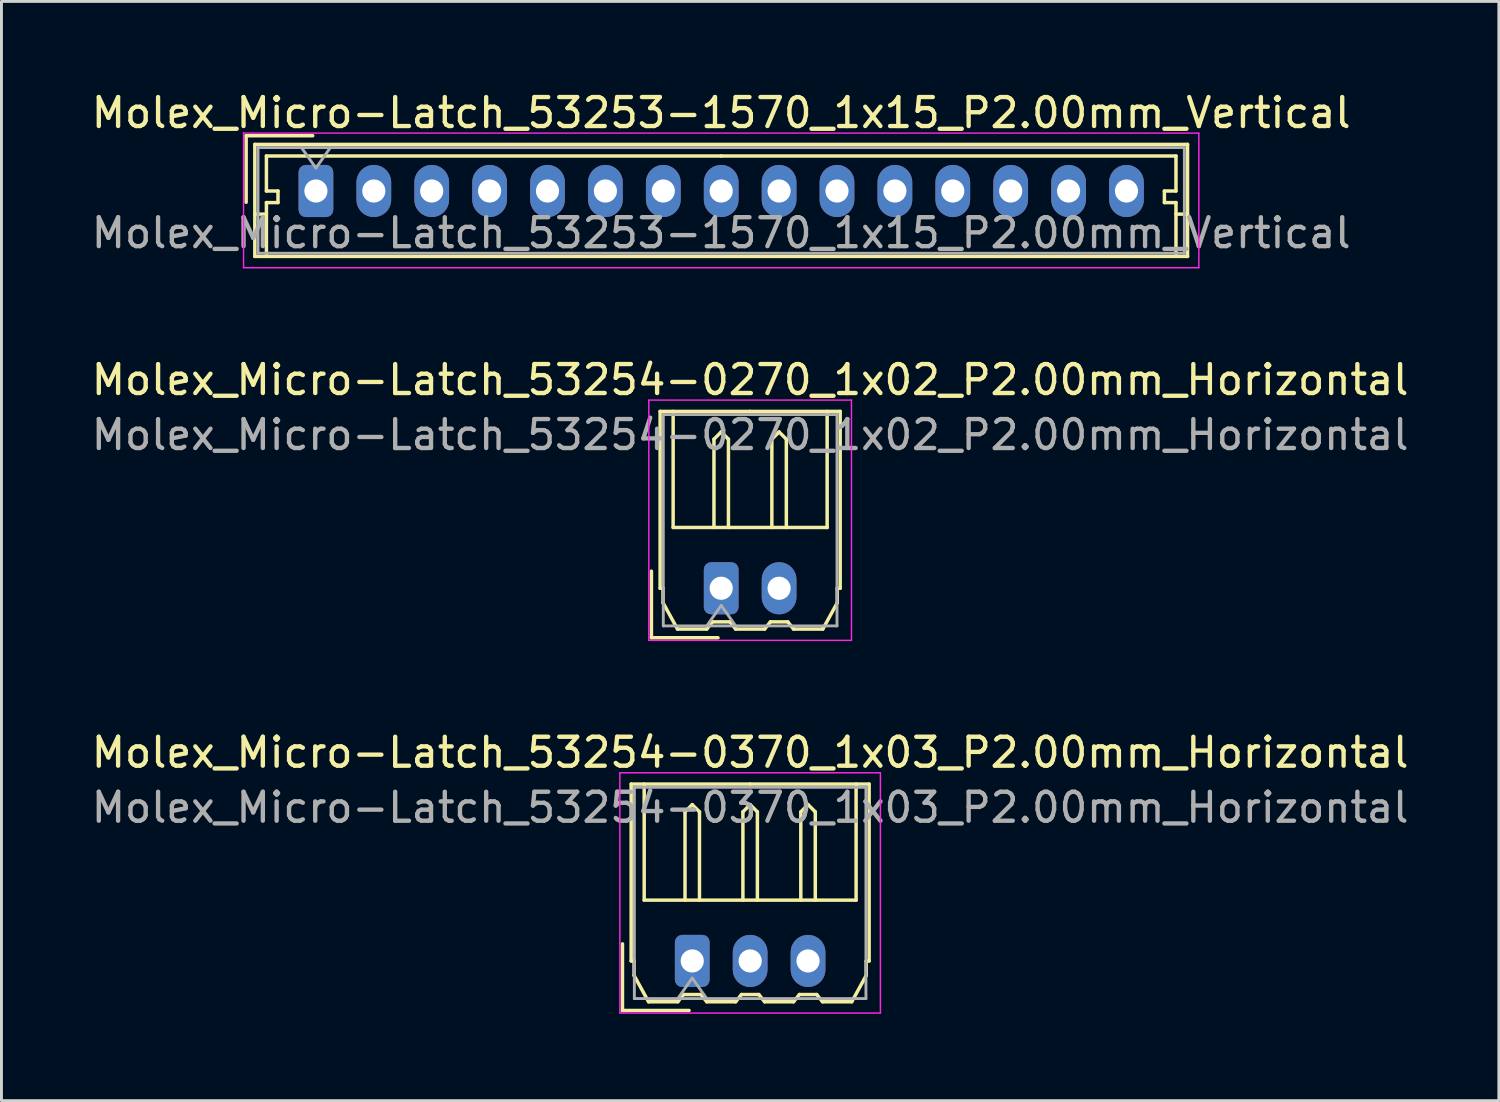
<source format=kicad_pcb>
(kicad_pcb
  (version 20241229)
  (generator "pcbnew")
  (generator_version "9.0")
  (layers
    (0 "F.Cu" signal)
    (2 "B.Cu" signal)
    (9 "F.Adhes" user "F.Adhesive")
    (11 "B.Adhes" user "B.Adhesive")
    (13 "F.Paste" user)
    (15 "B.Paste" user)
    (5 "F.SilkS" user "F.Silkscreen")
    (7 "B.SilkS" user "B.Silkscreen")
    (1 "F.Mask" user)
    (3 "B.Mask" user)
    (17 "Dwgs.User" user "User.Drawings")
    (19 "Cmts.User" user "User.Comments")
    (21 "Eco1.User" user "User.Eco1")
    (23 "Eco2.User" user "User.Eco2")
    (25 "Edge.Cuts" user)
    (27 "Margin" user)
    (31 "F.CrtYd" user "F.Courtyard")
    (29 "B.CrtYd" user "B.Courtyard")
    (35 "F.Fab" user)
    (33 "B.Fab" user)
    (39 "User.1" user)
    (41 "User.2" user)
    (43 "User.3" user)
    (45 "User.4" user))
  (footprint "Molex_Micro-Latch_53253-1570_1x15_P2.00mm_Vertical"
    (layer "F.Cu")
    (at 7.863 3.548)
    (property "Reference" "Molex_Micro-Latch_53253-1570_1x15_P2.00mm_Vertical" (at 14 -2.7 0) (layer "F.SilkS") (effects (font (size 1 1) (thickness 0.15))))
    (attr through_hole)
    (fp_line (start -2.41 -1.91) (end -2.41 0.39) (stroke (width 0.12) (type solid)) (layer "F.SilkS"))
    (fp_line (start -2.11 -1.61) (end -2.11 2.26) (stroke (width 0.12) (type solid)) (layer "F.SilkS"))
    (fp_line (start -2.11 0.8) (end -1.71 0.8) (stroke (width 0.12) (type solid)) (layer "F.SilkS"))
    (fp_line (start -2.11 2.26) (end 30.11 2.26) (stroke (width 0.12) (type solid)) (layer "F.SilkS"))
    (fp_line (start -1.71 -1.21) (end -1.71 0) (stroke (width 0.12) (type solid)) (layer "F.SilkS"))
    (fp_line (start -1.71 0) (end -1.31 0) (stroke (width 0.12) (type solid)) (layer "F.SilkS"))
    (fp_line (start -1.71 0.4) (end -1.71 2.26) (stroke (width 0.12) (type solid)) (layer "F.SilkS"))
    (fp_line (start -1.31 0) (end -1.31 0.4) (stroke (width 0.12) (type solid)) (layer "F.SilkS"))
    (fp_line (start -1.31 0.4) (end -1.71 0.4) (stroke (width 0.12) (type solid)) (layer "F.SilkS"))
    (fp_line (start -0.11 -1.91) (end -2.41 -1.91) (stroke (width 0.12) (type solid)) (layer "F.SilkS"))
    (fp_line (start 14 -1.21) (end -1.71 -1.21) (stroke (width 0.12) (type solid)) (layer "F.SilkS"))
    (fp_line (start 14 -1.21) (end 29.71 -1.21) (stroke (width 0.12) (type solid)) (layer "F.SilkS"))
    (fp_line (start 29.31 0) (end 29.31 0.4) (stroke (width 0.12) (type solid)) (layer "F.SilkS"))
    (fp_line (start 29.31 0.4) (end 29.71 0.4) (stroke (width 0.12) (type solid)) (layer "F.SilkS"))
    (fp_line (start 29.71 -1.21) (end 29.71 0) (stroke (width 0.12) (type solid)) (layer "F.SilkS"))
    (fp_line (start 29.71 0) (end 29.31 0) (stroke (width 0.12) (type solid)) (layer "F.SilkS"))
    (fp_line (start 29.71 0.4) (end 29.71 2.26) (stroke (width 0.12) (type solid)) (layer "F.SilkS"))
    (fp_line (start 30.11 -1.61) (end -2.11 -1.61) (stroke (width 0.12) (type solid)) (layer "F.SilkS"))
    (fp_line (start 30.11 0.8) (end 29.71 0.8) (stroke (width 0.12) (type solid)) (layer "F.SilkS"))
    (fp_line (start 30.11 2.26) (end 30.11 -1.61) (stroke (width 0.12) (type solid)) (layer "F.SilkS"))
    (fp_line (start -2.5 -2) (end -2.5 2.65) (stroke (width 0.05) (type solid)) (layer "F.CrtYd"))
    (fp_line (start -2.5 2.65) (end 30.5 2.65) (stroke (width 0.05) (type solid)) (layer "F.CrtYd"))
    (fp_line (start 30.5 -2) (end -2.5 -2) (stroke (width 0.05) (type solid)) (layer "F.CrtYd"))
    (fp_line (start 30.5 2.65) (end 30.5 -2) (stroke (width 0.05) (type solid)) (layer "F.CrtYd"))
    (fp_line (start -2 -1.5) (end -2 2.15) (stroke (width 0.1) (type solid)) (layer "F.Fab"))
    (fp_line (start -2 2.15) (end 30 2.15) (stroke (width 0.1) (type solid)) (layer "F.Fab"))
    (fp_line (start -0.5 -1.5) (end 0 -0.793) (stroke (width 0.1) (type solid)) (layer "F.Fab"))
    (fp_line (start 0 -0.793) (end 0.5 -1.5) (stroke (width 0.1) (type solid)) (layer "F.Fab"))
    (fp_line (start 30 -1.5) (end -2 -1.5) (stroke (width 0.1) (type solid)) (layer "F.Fab"))
    (fp_line (start 30 2.15) (end 30 -1.5) (stroke (width 0.1) (type solid)) (layer "F.Fab"))
    (fp_text user "${REFERENCE}" (at 14 1.45 0) (layer "F.Fab") (effects (font (size 1 1) (thickness 0.15))))
    (pad "1" thru_hole roundrect (at 0 0) (size 1.2 1.8) (drill 0.8) (layers "*.Cu" "*.Mask") (roundrect_rratio 0.208))
    (pad "2" thru_hole oval (at 2 0) (size 1.2 1.8) (drill 0.8) (layers "*.Cu" "*.Mask"))
    (pad "3" thru_hole oval (at 4 0) (size 1.2 1.8) (drill 0.8) (layers "*.Cu" "*.Mask"))
    (pad "4" thru_hole oval (at 6 0) (size 1.2 1.8) (drill 0.8) (layers "*.Cu" "*.Mask"))
    (pad "5" thru_hole oval (at 8 0) (size 1.2 1.8) (drill 0.8) (layers "*.Cu" "*.Mask"))
    (pad "6" thru_hole oval (at 10 0) (size 1.2 1.8) (drill 0.8) (layers "*.Cu" "*.Mask"))
    (pad "7" thru_hole oval (at 12 0) (size 1.2 1.8) (drill 0.8) (layers "*.Cu" "*.Mask"))
    (pad "8" thru_hole oval (at 14 0) (size 1.2 1.8) (drill 0.8) (layers "*.Cu" "*.Mask"))
    (pad "9" thru_hole oval (at 16 0) (size 1.2 1.8) (drill 0.8) (layers "*.Cu" "*.Mask"))
    (pad "10" thru_hole oval (at 18 0) (size 1.2 1.8) (drill 0.8) (layers "*.Cu" "*.Mask"))
    (pad "11" thru_hole oval (at 20 0) (size 1.2 1.8) (drill 0.8) (layers "*.Cu" "*.Mask"))
    (pad "12" thru_hole oval (at 22 0) (size 1.2 1.8) (drill 0.8) (layers "*.Cu" "*.Mask"))
    (pad "13" thru_hole oval (at 24 0) (size 1.2 1.8) (drill 0.8) (layers "*.Cu" "*.Mask"))
    (pad "14" thru_hole oval (at 26 0) (size 1.2 1.8) (drill 0.8) (layers "*.Cu" "*.Mask"))
    (pad "15" thru_hole oval (at 28 0) (size 1.2 1.8) (drill 0.8) (layers "*.Cu" "*.Mask")))
  (footprint "Molex_Micro-Latch_53254-0270_1x02_P2.00mm_Horizontal"
    (layer "F.Cu")
    (at 21.863 17.271)
    (property "Reference" "Molex_Micro-Latch_53254-0270_1x02_P2.00mm_Horizontal" (at 1 -7.2 0) (layer "F.SilkS") (effects (font (size 1 1) (thickness 0.15))))
    (attr through_hole)
    (fp_line (start -2.41 1.71) (end -2.41 -0.59) (stroke (width 0.12) (type solid)) (layer "F.SilkS"))
    (fp_line (start -2.11 -6.11) (end 1 -6.11) (stroke (width 0.12) (type solid)) (layer "F.SilkS"))
    (fp_line (start -2.11 0) (end -2.11 -6.11) (stroke (width 0.12) (type solid)) (layer "F.SilkS"))
    (fp_line (start -2.01 0) (end -2.11 0) (stroke (width 0.12) (type solid)) (layer "F.SilkS"))
    (fp_line (start -2.01 0.5) (end -2.01 0) (stroke (width 0.12) (type solid)) (layer "F.SilkS"))
    (fp_line (start -1.66 -6.11) (end -1.66 -2.1) (stroke (width 0.12) (type solid)) (layer "F.SilkS"))
    (fp_line (start -1.66 -2.1) (end 3.66 -2.1) (stroke (width 0.12) (type solid)) (layer "F.SilkS"))
    (fp_line (start -1.51 1.41) (end -2.01 0.5) (stroke (width 0.12) (type solid)) (layer "F.SilkS"))
    (fp_line (start -0.5 1.41) (end -1.51 1.41) (stroke (width 0.12) (type solid)) (layer "F.SilkS"))
    (fp_line (start -0.3 1.16) (end -0.5 1.41) (stroke (width 0.12) (type solid)) (layer "F.SilkS"))
    (fp_line (start -0.3 1.16) (end 0.3 1.16) (stroke (width 0.12) (type solid)) (layer "F.SilkS"))
    (fp_line (start -0.25 -5.15) (end 0 -5.4) (stroke (width 0.12) (type solid)) (layer "F.SilkS"))
    (fp_line (start -0.25 -2.1) (end -0.25 -5.15) (stroke (width 0.12) (type solid)) (layer "F.SilkS"))
    (fp_line (start -0.11 1.71) (end -2.41 1.71) (stroke (width 0.12) (type solid)) (layer "F.SilkS"))
    (fp_line (start 0 -5.4) (end 0.25 -5.15) (stroke (width 0.12) (type solid)) (layer "F.SilkS"))
    (fp_line (start 0.25 -5.15) (end 0.25 -2.1) (stroke (width 0.12) (type solid)) (layer "F.SilkS"))
    (fp_line (start 0.3 1.16) (end 0.5 1.41) (stroke (width 0.12) (type solid)) (layer "F.SilkS"))
    (fp_line (start 0.5 1.41) (end 1.5 1.41) (stroke (width 0.12) (type solid)) (layer "F.SilkS"))
    (fp_line (start 1.5 1.41) (end 1.7 1.16) (stroke (width 0.12) (type solid)) (layer "F.SilkS"))
    (fp_line (start 1.7 1.16) (end 2.3 1.16) (stroke (width 0.12) (type solid)) (layer "F.SilkS"))
    (fp_line (start 1.75 -5.15) (end 2 -5.4) (stroke (width 0.12) (type solid)) (layer "F.SilkS"))
    (fp_line (start 1.75 -2.1) (end 1.75 -5.15) (stroke (width 0.12) (type solid)) (layer "F.SilkS"))
    (fp_line (start 2 -5.4) (end 2.25 -5.15) (stroke (width 0.12) (type solid)) (layer "F.SilkS"))
    (fp_line (start 2.25 -5.15) (end 2.25 -2.1) (stroke (width 0.12) (type solid)) (layer "F.SilkS"))
    (fp_line (start 2.3 1.16) (end 2.5 1.41) (stroke (width 0.12) (type solid)) (layer "F.SilkS"))
    (fp_line (start 2.5 1.41) (end 3.51 1.41) (stroke (width 0.12) (type solid)) (layer "F.SilkS"))
    (fp_line (start 3.51 1.41) (end 4.01 0.5) (stroke (width 0.12) (type solid)) (layer "F.SilkS"))
    (fp_line (start 3.66 -2.1) (end 3.66 -6.11) (stroke (width 0.12) (type solid)) (layer "F.SilkS"))
    (fp_line (start 4.01 0) (end 4.11 0) (stroke (width 0.12) (type solid)) (layer "F.SilkS"))
    (fp_line (start 4.01 0.5) (end 4.01 0) (stroke (width 0.12) (type solid)) (layer "F.SilkS"))
    (fp_line (start 4.11 -6.11) (end 1 -6.11) (stroke (width 0.12) (type solid)) (layer "F.SilkS"))
    (fp_line (start 4.11 0) (end 4.11 -6.11) (stroke (width 0.12) (type solid)) (layer "F.SilkS"))
    (fp_line (start -2.5 -6.5) (end -2.5 1.8) (stroke (width 0.05) (type solid)) (layer "F.CrtYd"))
    (fp_line (start -2.5 1.8) (end 4.5 1.8) (stroke (width 0.05) (type solid)) (layer "F.CrtYd"))
    (fp_line (start 4.5 -6.5) (end -2.5 -6.5) (stroke (width 0.05) (type solid)) (layer "F.CrtYd"))
    (fp_line (start 4.5 1.8) (end 4.5 -6.5) (stroke (width 0.05) (type solid)) (layer "F.CrtYd"))
    (fp_line (start -2 -6) (end -2 1.3) (stroke (width 0.1) (type solid)) (layer "F.Fab"))
    (fp_line (start -2 1.3) (end 4 1.3) (stroke (width 0.1) (type solid)) (layer "F.Fab"))
    (fp_line (start -0.5 1.3) (end 0 0.593) (stroke (width 0.1) (type solid)) (layer "F.Fab"))
    (fp_line (start 0 0.593) (end 0.5 1.3) (stroke (width 0.1) (type solid)) (layer "F.Fab"))
    (fp_line (start 4 -6) (end -2 -6) (stroke (width 0.1) (type solid)) (layer "F.Fab"))
    (fp_line (start 4 1.3) (end 4 -6) (stroke (width 0.1) (type solid)) (layer "F.Fab"))
    (fp_text user "${REFERENCE}" (at 1 -5.3 0) (layer "F.Fab") (effects (font (size 1 1) (thickness 0.15))))
    (pad "1" thru_hole roundrect (at 0 0) (size 1.2 1.8) (drill 0.8) (layers "*.Cu" "*.Mask") (roundrect_rratio 0.208))
    (pad "2" thru_hole oval (at 2 0) (size 1.2 1.8) (drill 0.8) (layers "*.Cu" "*.Mask")))
  (footprint "Molex_Micro-Latch_53254-0370_1x03_P2.00mm_Horizontal"
    (layer "F.Cu")
    (at 20.863 30.145)
    (property "Reference" "Molex_Micro-Latch_53254-0370_1x03_P2.00mm_Horizontal" (at 2 -7.2 0) (layer "F.SilkS") (effects (font (size 1 1) (thickness 0.15))))
    (attr through_hole)
    (fp_line (start -2.41 1.71) (end -2.41 -0.59) (stroke (width 0.12) (type solid)) (layer "F.SilkS"))
    (fp_line (start -2.11 -6.11) (end 2 -6.11) (stroke (width 0.12) (type solid)) (layer "F.SilkS"))
    (fp_line (start -2.11 0) (end -2.11 -6.11) (stroke (width 0.12) (type solid)) (layer "F.SilkS"))
    (fp_line (start -2.01 0) (end -2.11 0) (stroke (width 0.12) (type solid)) (layer "F.SilkS"))
    (fp_line (start -2.01 0.5) (end -2.01 0) (stroke (width 0.12) (type solid)) (layer "F.SilkS"))
    (fp_line (start -1.66 -6.11) (end -1.66 -2.1) (stroke (width 0.12) (type solid)) (layer "F.SilkS"))
    (fp_line (start -1.66 -2.1) (end 5.66 -2.1) (stroke (width 0.12) (type solid)) (layer "F.SilkS"))
    (fp_line (start -1.51 1.41) (end -2.01 0.5) (stroke (width 0.12) (type solid)) (layer "F.SilkS"))
    (fp_line (start -0.5 1.41) (end -1.51 1.41) (stroke (width 0.12) (type solid)) (layer "F.SilkS"))
    (fp_line (start -0.3 1.16) (end -0.5 1.41) (stroke (width 0.12) (type solid)) (layer "F.SilkS"))
    (fp_line (start -0.3 1.16) (end 0.3 1.16) (stroke (width 0.12) (type solid)) (layer "F.SilkS"))
    (fp_line (start -0.25 -5.15) (end 0 -5.4) (stroke (width 0.12) (type solid)) (layer "F.SilkS"))
    (fp_line (start -0.25 -2.1) (end -0.25 -5.15) (stroke (width 0.12) (type solid)) (layer "F.SilkS"))
    (fp_line (start -0.11 1.71) (end -2.41 1.71) (stroke (width 0.12) (type solid)) (layer "F.SilkS"))
    (fp_line (start 0 -5.4) (end 0.25 -5.15) (stroke (width 0.12) (type solid)) (layer "F.SilkS"))
    (fp_line (start 0.25 -5.15) (end 0.25 -2.1) (stroke (width 0.12) (type solid)) (layer "F.SilkS"))
    (fp_line (start 0.3 1.16) (end 0.5 1.41) (stroke (width 0.12) (type solid)) (layer "F.SilkS"))
    (fp_line (start 0.5 1.41) (end 1.5 1.41) (stroke (width 0.12) (type solid)) (layer "F.SilkS"))
    (fp_line (start 1.5 1.41) (end 1.7 1.16) (stroke (width 0.12) (type solid)) (layer "F.SilkS"))
    (fp_line (start 1.7 1.16) (end 2.3 1.16) (stroke (width 0.12) (type solid)) (layer "F.SilkS"))
    (fp_line (start 1.75 -5.15) (end 2 -5.4) (stroke (width 0.12) (type solid)) (layer "F.SilkS"))
    (fp_line (start 1.75 -2.1) (end 1.75 -5.15) (stroke (width 0.12) (type solid)) (layer "F.SilkS"))
    (fp_line (start 2 -5.4) (end 2.25 -5.15) (stroke (width 0.12) (type solid)) (layer "F.SilkS"))
    (fp_line (start 2.25 -5.15) (end 2.25 -2.1) (stroke (width 0.12) (type solid)) (layer "F.SilkS"))
    (fp_line (start 2.3 1.16) (end 2.5 1.41) (stroke (width 0.12) (type solid)) (layer "F.SilkS"))
    (fp_line (start 2.5 1.41) (end 3.5 1.41) (stroke (width 0.12) (type solid)) (layer "F.SilkS"))
    (fp_line (start 3.5 1.41) (end 3.7 1.16) (stroke (width 0.12) (type solid)) (layer "F.SilkS"))
    (fp_line (start 3.7 1.16) (end 4.3 1.16) (stroke (width 0.12) (type solid)) (layer "F.SilkS"))
    (fp_line (start 3.75 -5.15) (end 4 -5.4) (stroke (width 0.12) (type solid)) (layer "F.SilkS"))
    (fp_line (start 3.75 -2.1) (end 3.75 -5.15) (stroke (width 0.12) (type solid)) (layer "F.SilkS"))
    (fp_line (start 4 -5.4) (end 4.25 -5.15) (stroke (width 0.12) (type solid)) (layer "F.SilkS"))
    (fp_line (start 4.25 -5.15) (end 4.25 -2.1) (stroke (width 0.12) (type solid)) (layer "F.SilkS"))
    (fp_line (start 4.3 1.16) (end 4.5 1.41) (stroke (width 0.12) (type solid)) (layer "F.SilkS"))
    (fp_line (start 4.5 1.41) (end 5.51 1.41) (stroke (width 0.12) (type solid)) (layer "F.SilkS"))
    (fp_line (start 5.51 1.41) (end 6.01 0.5) (stroke (width 0.12) (type solid)) (layer "F.SilkS"))
    (fp_line (start 5.66 -2.1) (end 5.66 -6.11) (stroke (width 0.12) (type solid)) (layer "F.SilkS"))
    (fp_line (start 6.01 0) (end 6.11 0) (stroke (width 0.12) (type solid)) (layer "F.SilkS"))
    (fp_line (start 6.01 0.5) (end 6.01 0) (stroke (width 0.12) (type solid)) (layer "F.SilkS"))
    (fp_line (start 6.11 -6.11) (end 2 -6.11) (stroke (width 0.12) (type solid)) (layer "F.SilkS"))
    (fp_line (start 6.11 0) (end 6.11 -6.11) (stroke (width 0.12) (type solid)) (layer "F.SilkS"))
    (fp_line (start -2.5 -6.5) (end -2.5 1.8) (stroke (width 0.05) (type solid)) (layer "F.CrtYd"))
    (fp_line (start -2.5 1.8) (end 6.5 1.8) (stroke (width 0.05) (type solid)) (layer "F.CrtYd"))
    (fp_line (start 6.5 -6.5) (end -2.5 -6.5) (stroke (width 0.05) (type solid)) (layer "F.CrtYd"))
    (fp_line (start 6.5 1.8) (end 6.5 -6.5) (stroke (width 0.05) (type solid)) (layer "F.CrtYd"))
    (fp_line (start -2 -6) (end -2 1.3) (stroke (width 0.1) (type solid)) (layer "F.Fab"))
    (fp_line (start -2 1.3) (end 6 1.3) (stroke (width 0.1) (type solid)) (layer "F.Fab"))
    (fp_line (start -0.5 1.3) (end 0 0.593) (stroke (width 0.1) (type solid)) (layer "F.Fab"))
    (fp_line (start 0 0.593) (end 0.5 1.3) (stroke (width 0.1) (type solid)) (layer "F.Fab"))
    (fp_line (start 6 -6) (end -2 -6) (stroke (width 0.1) (type solid)) (layer "F.Fab"))
    (fp_line (start 6 1.3) (end 6 -6) (stroke (width 0.1) (type solid)) (layer "F.Fab"))
    (fp_text user "${REFERENCE}" (at 2 -5.3 0) (layer "F.Fab") (effects (font (size 1 1) (thickness 0.15))))
    (pad "1" thru_hole roundrect (at 0 0) (size 1.2 1.8) (drill 0.8) (layers "*.Cu" "*.Mask") (roundrect_rratio 0.208))
    (pad "2" thru_hole oval (at 2 0) (size 1.2 1.8) (drill 0.8) (layers "*.Cu" "*.Mask"))
    (pad "3" thru_hole oval (at 4 0) (size 1.2 1.8) (drill 0.8) (layers "*.Cu" "*.Mask")))
  (gr_rect
    (start -3 -3)
    (end 48.726 34.97)
    (stroke (width 0.1) (type default))
    (fill no)
    (layer "Edge.Cuts")))
</source>
